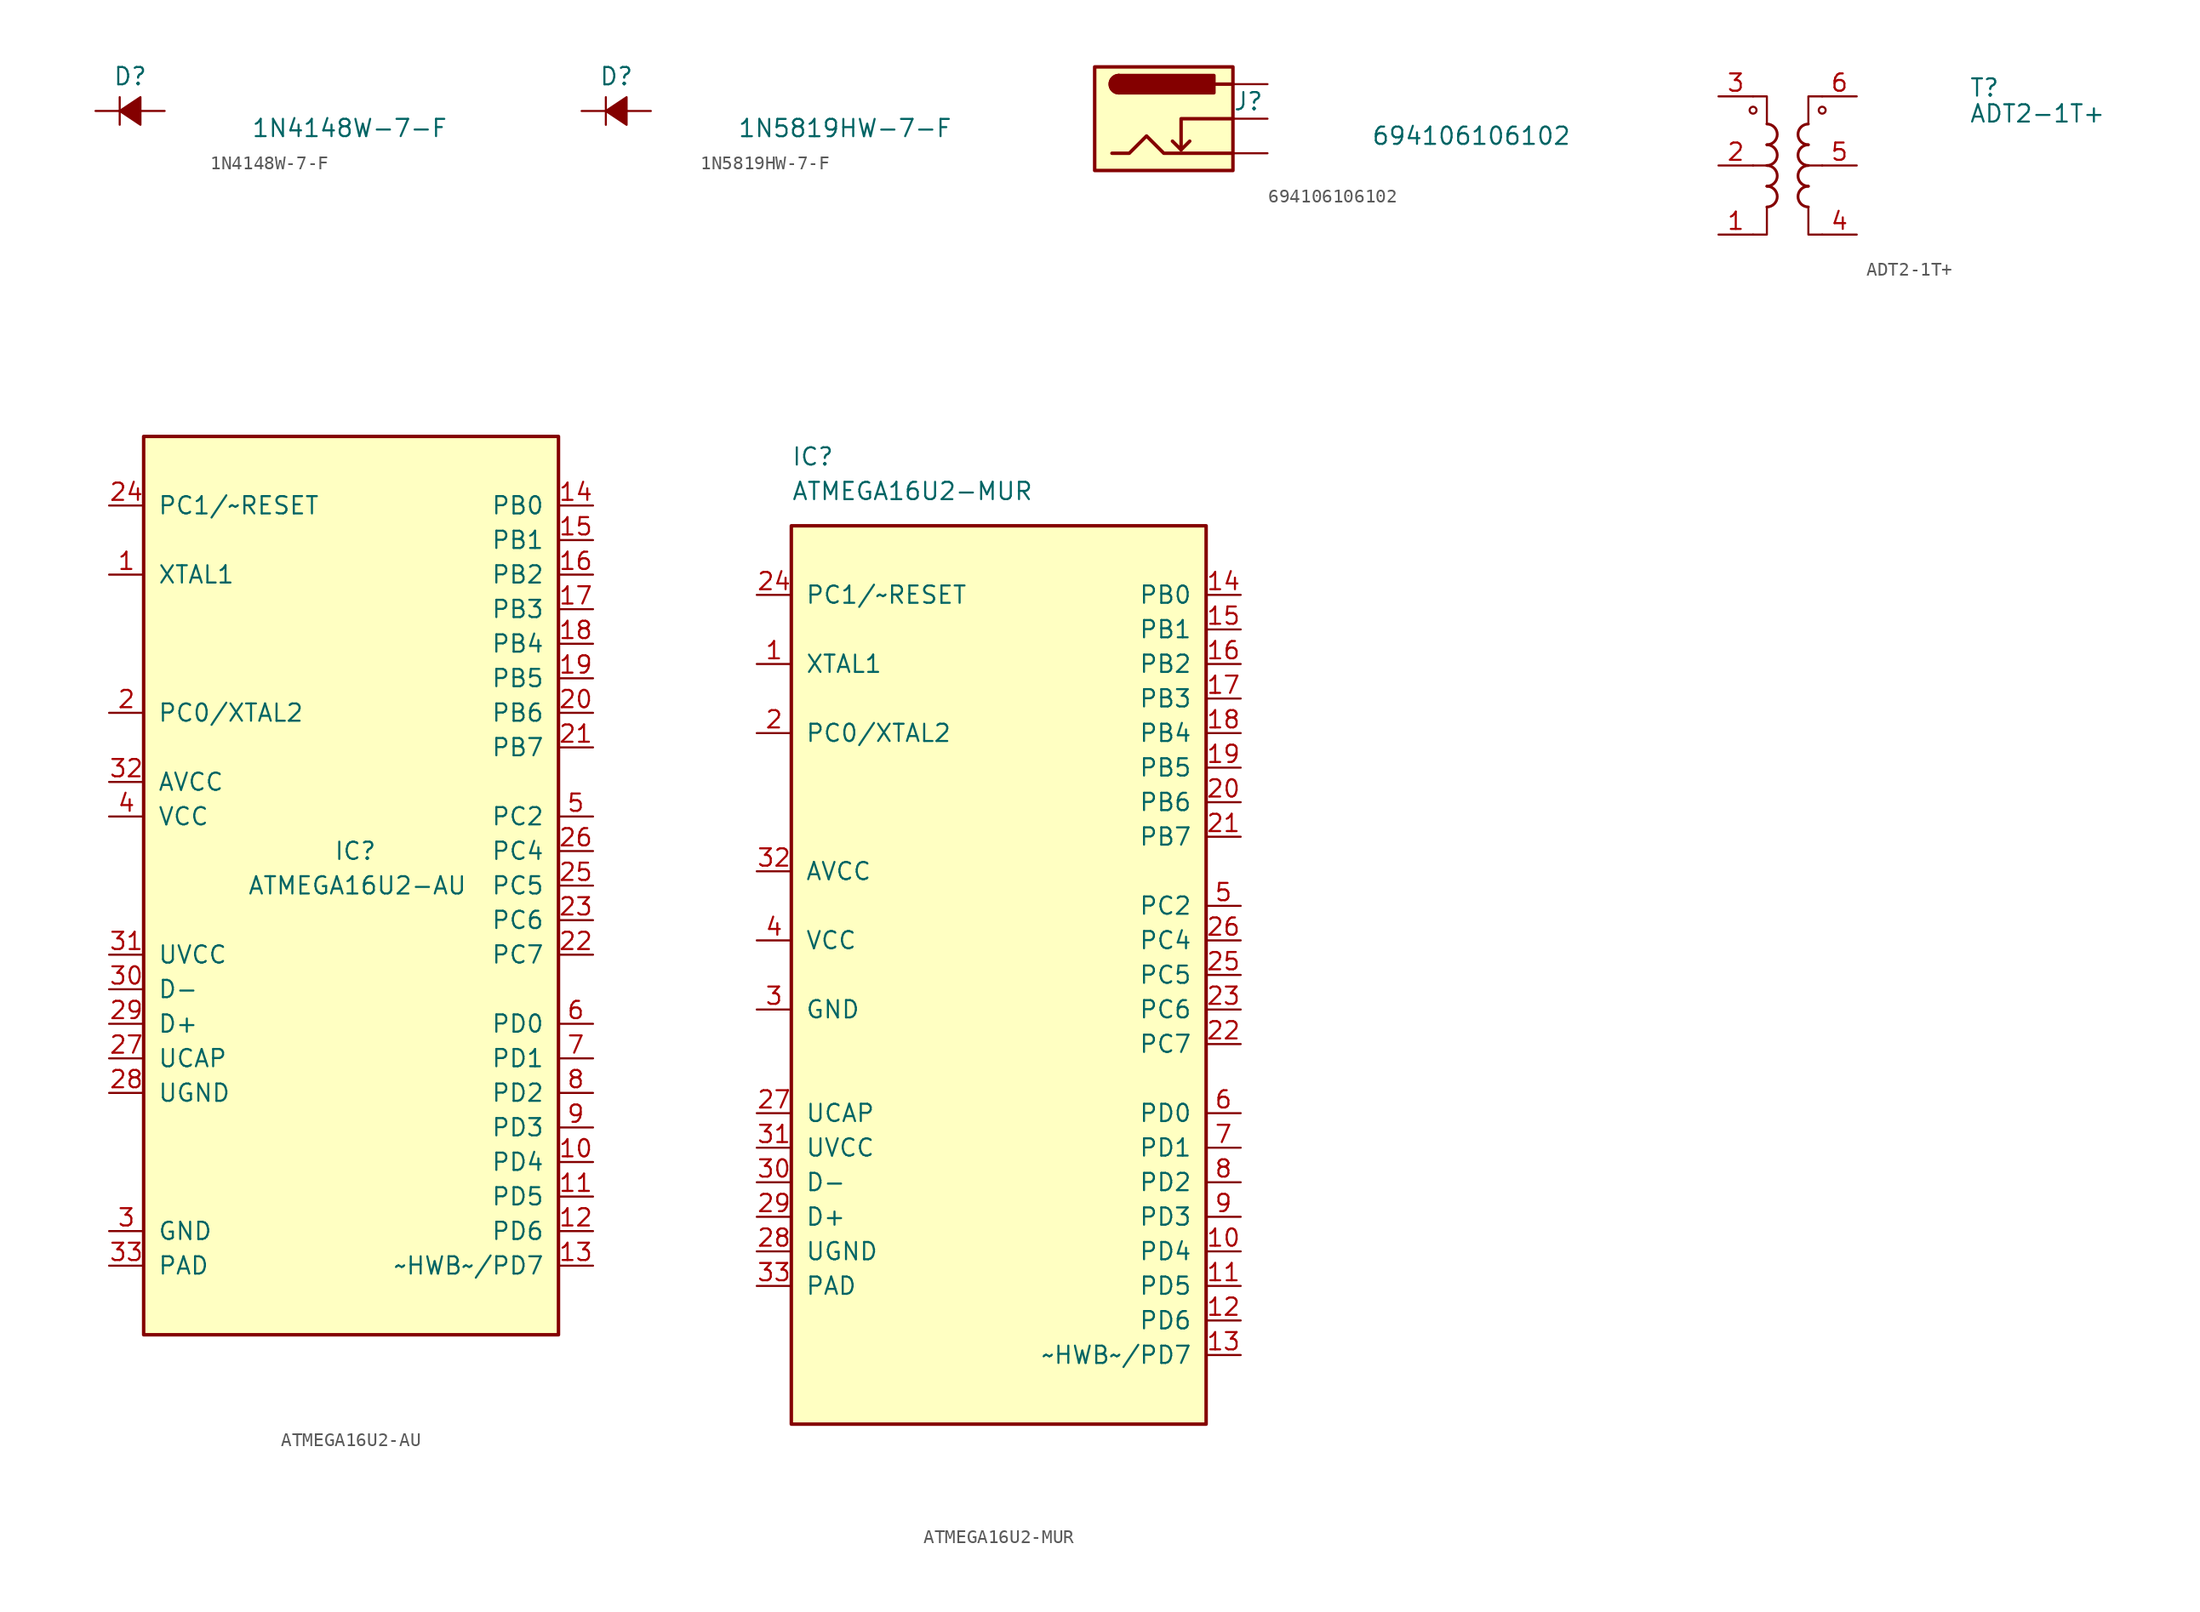
<source format=kicad_sym>
(kicad_symbol_lib
  (version 20210619)
  (generator kicad_symbol_editor)
  (symbol "1N4148W-7-F"
    (pin_numbers hide)
    (pin_names
      (offset 0.254) hide)
    (property "Reference" "D"
      (at -1.27 2.54 0)
      (effects (font (size 1.27 1.27)) (justify left)))
    (property "Value" "1N4148W-7-F"
      (at 8.89 -1.27 0)
      (effects (font (size 1.27 1.27)) (justify left)))
    (symbol "1N4148W-7-F_0_1"
      (polyline (pts (xy -0.762 -1.016) (xy -0.762 1.016)) (stroke (width 0)) (fill (type none)))
      (polyline (pts (xy -0.762 0) (xy 0.762 0)) (stroke (width 0)) (fill (type none)))
      (polyline (pts (xy 0.762 -1.016) (xy -0.762 0) (xy 0.762 1.016) (xy 0.762 -1.016)) (stroke (width 0)) (fill (type outline))))
    (symbol "1N4148W-7-F_1_1"
      (pin passive line (at -2.54 0 0) (length 1.778) (name "K" (effects (font (size 1.27 1.27)))) (number "1" (effects (font (size 1.27 1.27)))))
      (pin passive line (at 2.54 0 180) (length 1.778) (name "A" (effects (font (size 1.27 1.27)))) (number "2" (effects (font (size 1.27 1.27)))))))
  (symbol "1N5819HW-7-F"
    (pin_numbers hide)
    (pin_names
      (offset 0.254) hide)
    (property "Reference" "D"
      (at -1.27 2.54 0)
      (effects (font (size 1.27 1.27)) (justify left)))
    (property "Value" "1N5819HW-7-F"
      (at 8.89 -1.27 0)
      (effects (font (size 1.27 1.27)) (justify left)))
    (symbol "1N5819HW-7-F_0_1"
      (polyline (pts (xy -0.762 -1.016) (xy -0.762 1.016)) (stroke (width 0)) (fill (type none)))
      (polyline (pts (xy -0.762 0) (xy 0.762 0)) (stroke (width 0)) (fill (type none)))
      (polyline (pts (xy 0.762 -1.016) (xy -0.762 0) (xy 0.762 1.016) (xy 0.762 -1.016)) (stroke (width 0)) (fill (type outline))))
    (symbol "1N5819HW-7-F_1_1"
      (pin passive line (at -2.54 0 0) (length 1.778) (name "K" (effects (font (size 1.27 1.27)))) (number "1" (effects (font (size 1.27 1.27)))))
      (pin passive line (at 2.54 0 180) (length 1.778) (name "A" (effects (font (size 1.27 1.27)))) (number "2" (effects (font (size 1.27 1.27)))))))
  (symbol "694106106102"
    (pin_numbers hide)
    (pin_names
      (offset 1.016) hide)
    (property "Reference" "J"
      (at 5.08 1.27 0)
      (effects (font (size 1.27 1.27)) (justify left)))
    (property "Value" "694106106102"
      (at 15.24 -1.27 0)
      (effects (font (size 1.27 1.27)) (justify left)))
    (symbol "694106106102_1_1"
      (arc (start -3.302 3.175) (end -3.302 1.905) (radius (at -3.302 2.54) (length 0.635) (angles 90.1 -90.1)) (stroke (width 0.254)) (fill (type none)))
      (arc (start -3.302 3.175) (end -3.302 1.905) (radius (at -3.302 2.54) (length 0.635) (angles 90.1 -90.1)) (stroke (width 0.254)) (fill (type outline)))
      (rectangle (start 3.683 3.175) (end -3.302 1.905) (stroke (width 0.254)) (fill (type outline)))
      (rectangle (start -5.08 3.81) (end 5.08 -3.81) (stroke (width 0.254)) (fill (type background)))
      (polyline (pts (xy 1.27 -2.286) (xy 1.905 -1.651)) (stroke (width 0.254)) (fill (type none)))
      (polyline (pts (xy 5.08 2.54) (xy 3.81 2.54)) (stroke (width 0.254)) (fill (type none)))
      (polyline (pts (xy 5.08 0) (xy 1.27 0) (xy 1.27 -2.286) (xy 0.635 -1.651)) (stroke (width 0.254)) (fill (type none)))
      (polyline (pts (xy -3.81 -2.54) (xy -2.54 -2.54) (xy -1.27 -1.27) (xy 0 -2.54) (xy 2.54 -2.54) (xy 5.08 -2.54)) (stroke (width 0.254)) (fill (type none)))
      (pin passive line (at 7.62 2.54 180) (length 2.54) (name "~" (effects (font (size 1.27 1.27)))) (number "1" (effects (font (size 1.27 1.27)))))
      (pin passive line (at 7.62 -2.54 180) (length 2.54) (name "~" (effects (font (size 1.27 1.27)))) (number "2" (effects (font (size 1.27 1.27)))))
      (pin passive line (at 7.62 0 180) (length 2.54) (name "~" (effects (font (size 1.27 1.27)))) (number "3" (effects (font (size 1.27 1.27)))))))
  (symbol "ADT2-1T+"
    (pin_names
      (offset 1.016) hide)
    (property "Reference" "T"
      (at 13.335 5.715 0)
      (effects (font (size 1.27 1.27)) (justify left)))
    (property "Value" "ADT2-1T+"
      (at 13.335 3.81 0)
      (effects (font (size 1.27 1.27)) (justify left)))
    (symbol "ADT2-1T+_0_1"
      (circle (center -2.54 4.064) (radius 0.254) (stroke (width 0)) (fill (type none)))
      (circle (center 2.54 4.064) (radius 0.254) (stroke (width 0)) (fill (type none)))
      (polyline (pts (xy -2.54 0) (xy -1.27 0)) (stroke (width 0)) (fill (type none))))
    (symbol "ADT2-1T+_1_1"
      (arc (start -1.524 -3.048) (end -1.524 -1.524) (radius (at -1.524 -2.286) (length 0.762) (angles -89.9 89.9)) (stroke (width 0.2032)) (fill (type none)))
      (arc (start -1.524 -1.524) (end -1.524 0) (radius (at -1.524 -0.762) (length 0.762) (angles -89.9 89.9)) (stroke (width 0.2032)) (fill (type none)))
      (arc (start -1.524 0) (end -1.524 1.524) (radius (at -1.524 0.762) (length 0.762) (angles -89.9 89.9)) (stroke (width 0.2032)) (fill (type none)))
      (arc (start -1.524 1.524) (end -1.524 3.048) (radius (at -1.524 2.286) (length 0.762) (angles -89.9 89.9)) (stroke (width 0.2032)) (fill (type none)))
      (arc (start 1.524 -1.524) (end 1.524 -3.048) (radius (at 1.524 -2.286) (length 0.762) (angles 90.1 -90.1)) (stroke (width 0.2032)) (fill (type none)))
      (arc (start 1.524 0) (end 1.524 -1.524) (radius (at 1.524 -0.762) (length 0.762) (angles 90.1 -90.1)) (stroke (width 0.2032)) (fill (type none)))
      (arc (start 1.524 1.524) (end 1.524 0) (radius (at 1.524 0.762) (length 0.762) (angles 90.1 -90.1)) (stroke (width 0.2032)) (fill (type none)))
      (arc (start 1.524 3.048) (end 1.524 1.524) (radius (at 1.524 2.286) (length 0.762) (angles 90.1 -90.1)) (stroke (width 0.2032)) (fill (type none)))
      (polyline (pts (xy 2.54 0) (xy 1.27 0)) (stroke (width 0.152)) (fill (type none)))
      (polyline (pts (xy -2.54 5.08) (xy -1.524 5.08) (xy -1.524 3.048)) (stroke (width 0.152)) (fill (type none)))
      (polyline (pts (xy -1.524 -3.048) (xy -1.524 -5.08) (xy -2.54 -5.08)) (stroke (width 0.152)) (fill (type none)))
      (polyline (pts (xy 1.524 3.048) (xy 1.524 5.08) (xy 2.54 5.08)) (stroke (width 0.152)) (fill (type none)))
      (polyline (pts (xy 2.54 -5.08) (xy 1.524 -5.08) (xy 1.524 -3.048)) (stroke (width 0.152)) (fill (type none)))
      (pin passive line (at -5.08 -5.08 0) (length 2.54) (name "~" (effects (font (size 1.27 1.27)))) (number "1" (effects (font (size 1.27 1.27)))))
      (pin passive line (at -5.08 0 0) (length 2.54) (name "~" (effects (font (size 1.27 1.27)))) (number "2" (effects (font (size 1.27 1.27)))))
      (pin passive line (at -5.08 5.08 0) (length 2.54) (name "~" (effects (font (size 1.27 1.27)))) (number "3" (effects (font (size 1.27 1.27)))))
      (pin passive line (at 5.08 -5.08 180) (length 2.54) (name "~" (effects (font (size 1.27 1.27)))) (number "4" (effects (font (size 1.27 1.27)))))
      (pin passive line (at 5.08 0 180) (length 2.54) (name "~" (effects (font (size 1.27 1.27)))) (number "5" (effects (font (size 1.27 1.27)))))
      (pin passive line (at 5.08 5.08 180) (length 2.54) (name "~" (effects (font (size 1.27 1.27)))) (number "6" (effects (font (size 1.27 1.27)))))))
  (symbol "ATMEGA16U2-AU"
    (pin_names
      (offset 1.016))
    (property "Reference" "IC"
      (at -1.27 2.54 0)
      (effects (font (size 1.27 1.27)) (justify left)))
    (property "Value" "ATMEGA16U2-AU"
      (at -7.62 0 0)
      (effects (font (size 1.27 1.27)) (justify left)))
    (symbol "ATMEGA16U2-AU_1_1"
      (rectangle (start -15.24 -33.02) (end 15.24 33.02) (stroke (width 0.254)) (fill (type background)))
      (pin input line (at -17.78 22.86 0) (length 2.54) (name "XTAL1" (effects (font (size 1.27 1.27)))) (number "1" (effects (font (size 1.27 1.27)))))
      (pin bidirectional line (at 17.78 -20.32 180) (length 2.54) (name "PD4" (effects (font (size 1.27 1.27)))) (number "10" (effects (font (size 1.27 1.27)))))
      (pin bidirectional line (at 17.78 -22.86 180) (length 2.54) (name "PD5" (effects (font (size 1.27 1.27)))) (number "11" (effects (font (size 1.27 1.27)))))
      (pin bidirectional line (at 17.78 -25.4 180) (length 2.54) (name "PD6" (effects (font (size 1.27 1.27)))) (number "12" (effects (font (size 1.27 1.27)))))
      (pin bidirectional line (at 17.78 -27.94 180) (length 2.54) (name "~HWB~/PD7" (effects (font (size 1.27 1.27)))) (number "13" (effects (font (size 1.27 1.27)))))
      (pin bidirectional line (at 17.78 27.94 180) (length 2.54) (name "PB0" (effects (font (size 1.27 1.27)))) (number "14" (effects (font (size 1.27 1.27)))))
      (pin bidirectional line (at 17.78 25.4 180) (length 2.54) (name "PB1" (effects (font (size 1.27 1.27)))) (number "15" (effects (font (size 1.27 1.27)))))
      (pin bidirectional line (at 17.78 22.86 180) (length 2.54) (name "PB2" (effects (font (size 1.27 1.27)))) (number "16" (effects (font (size 1.27 1.27)))))
      (pin bidirectional line (at 17.78 20.32 180) (length 2.54) (name "PB3" (effects (font (size 1.27 1.27)))) (number "17" (effects (font (size 1.27 1.27)))))
      (pin bidirectional line (at 17.78 17.78 180) (length 2.54) (name "PB4" (effects (font (size 1.27 1.27)))) (number "18" (effects (font (size 1.27 1.27)))))
      (pin bidirectional line (at 17.78 15.24 180) (length 2.54) (name "PB5" (effects (font (size 1.27 1.27)))) (number "19" (effects (font (size 1.27 1.27)))))
      (pin bidirectional line (at -17.78 12.7 0) (length 2.54) (name "PC0/XTAL2" (effects (font (size 1.27 1.27)))) (number "2" (effects (font (size 1.27 1.27)))))
      (pin bidirectional line (at 17.78 12.7 180) (length 2.54) (name "PB6" (effects (font (size 1.27 1.27)))) (number "20" (effects (font (size 1.27 1.27)))))
      (pin bidirectional line (at 17.78 10.16 180) (length 2.54) (name "PB7" (effects (font (size 1.27 1.27)))) (number "21" (effects (font (size 1.27 1.27)))))
      (pin bidirectional line (at 17.78 -5.08 180) (length 2.54) (name "PC7" (effects (font (size 1.27 1.27)))) (number "22" (effects (font (size 1.27 1.27)))))
      (pin bidirectional line (at 17.78 -2.54 180) (length 2.54) (name "PC6" (effects (font (size 1.27 1.27)))) (number "23" (effects (font (size 1.27 1.27)))))
      (pin bidirectional line (at -17.78 27.94 0) (length 2.54) (name "PC1/~RESET" (effects (font (size 1.27 1.27)))) (number "24" (effects (font (size 1.27 1.27)))))
      (pin bidirectional line (at 17.78 0 180) (length 2.54) (name "PC5" (effects (font (size 1.27 1.27)))) (number "25" (effects (font (size 1.27 1.27)))))
      (pin bidirectional line (at 17.78 2.54 180) (length 2.54) (name "PC4" (effects (font (size 1.27 1.27)))) (number "26" (effects (font (size 1.27 1.27)))))
      (pin passive line (at -17.78 -12.7 0) (length 2.54) (name "UCAP" (effects (font (size 1.27 1.27)))) (number "27" (effects (font (size 1.27 1.27)))))
      (pin power_in line (at -17.78 -15.24 0) (length 2.54) (name "UGND" (effects (font (size 1.27 1.27)))) (number "28" (effects (font (size 1.27 1.27)))))
      (pin bidirectional line (at -17.78 -10.16 0) (length 2.54) (name "D+" (effects (font (size 1.27 1.27)))) (number "29" (effects (font (size 1.27 1.27)))))
      (pin power_in line (at -17.78 -25.4 0) (length 2.54) (name "GND" (effects (font (size 1.27 1.27)))) (number "3" (effects (font (size 1.27 1.27)))))
      (pin bidirectional line (at -17.78 -7.62 0) (length 2.54) (name "D-" (effects (font (size 1.27 1.27)))) (number "30" (effects (font (size 1.27 1.27)))))
      (pin power_in line (at -17.78 -5.08 0) (length 2.54) (name "UVCC" (effects (font (size 1.27 1.27)))) (number "31" (effects (font (size 1.27 1.27)))))
      (pin power_in line (at -17.78 7.62 0) (length 2.54) (name "AVCC" (effects (font (size 1.27 1.27)))) (number "32" (effects (font (size 1.27 1.27)))))
      (pin power_in line (at -17.78 -27.94 0) (length 2.54) (name "PAD" (effects (font (size 1.27 1.27)))) (number "33" (effects (font (size 1.27 1.27)))))
      (pin power_in line (at -17.78 5.08 0) (length 2.54) (name "VCC" (effects (font (size 1.27 1.27)))) (number "4" (effects (font (size 1.27 1.27)))))
      (pin bidirectional line (at 17.78 5.08 180) (length 2.54) (name "PC2" (effects (font (size 1.27 1.27)))) (number "5" (effects (font (size 1.27 1.27)))))
      (pin bidirectional line (at 17.78 -10.16 180) (length 2.54) (name "PD0" (effects (font (size 1.27 1.27)))) (number "6" (effects (font (size 1.27 1.27)))))
      (pin bidirectional line (at 17.78 -12.7 180) (length 2.54) (name "PD1" (effects (font (size 1.27 1.27)))) (number "7" (effects (font (size 1.27 1.27)))))
      (pin bidirectional line (at 17.78 -15.24 180) (length 2.54) (name "PD2" (effects (font (size 1.27 1.27)))) (number "8" (effects (font (size 1.27 1.27)))))
      (pin bidirectional line (at 17.78 -17.78 180) (length 2.54) (name "PD3" (effects (font (size 1.27 1.27)))) (number "9" (effects (font (size 1.27 1.27)))))))
  (symbol "ATMEGA16U2-MUR"
    (pin_names
      (offset 1.016))
    (property "Reference" "IC"
      (at -15.24 38.1 0)
      (effects (font (size 1.27 1.27)) (justify left)))
    (property "Value" "ATMEGA16U2-MUR"
      (at -15.24 35.56 0)
      (effects (font (size 1.27 1.27)) (justify left)))
    (symbol "ATMEGA16U2-MUR_1_1"
      (rectangle (start -15.24 -33.02) (end 15.24 33.02) (stroke (width 0.254)) (fill (type background)))
      (pin input line (at -17.78 22.86 0) (length 2.54) (name "XTAL1" (effects (font (size 1.27 1.27)))) (number "1" (effects (font (size 1.27 1.27)))))
      (pin bidirectional line (at 17.78 -20.32 180) (length 2.54) (name "PD4" (effects (font (size 1.27 1.27)))) (number "10" (effects (font (size 1.27 1.27)))))
      (pin bidirectional line (at 17.78 -22.86 180) (length 2.54) (name "PD5" (effects (font (size 1.27 1.27)))) (number "11" (effects (font (size 1.27 1.27)))))
      (pin bidirectional line (at 17.78 -25.4 180) (length 2.54) (name "PD6" (effects (font (size 1.27 1.27)))) (number "12" (effects (font (size 1.27 1.27)))))
      (pin bidirectional line (at 17.78 -27.94 180) (length 2.54) (name "~HWB~/PD7" (effects (font (size 1.27 1.27)))) (number "13" (effects (font (size 1.27 1.27)))))
      (pin bidirectional line (at 17.78 27.94 180) (length 2.54) (name "PB0" (effects (font (size 1.27 1.27)))) (number "14" (effects (font (size 1.27 1.27)))))
      (pin bidirectional line (at 17.78 25.4 180) (length 2.54) (name "PB1" (effects (font (size 1.27 1.27)))) (number "15" (effects (font (size 1.27 1.27)))))
      (pin bidirectional line (at 17.78 22.86 180) (length 2.54) (name "PB2" (effects (font (size 1.27 1.27)))) (number "16" (effects (font (size 1.27 1.27)))))
      (pin bidirectional line (at 17.78 20.32 180) (length 2.54) (name "PB3" (effects (font (size 1.27 1.27)))) (number "17" (effects (font (size 1.27 1.27)))))
      (pin bidirectional line (at 17.78 17.78 180) (length 2.54) (name "PB4" (effects (font (size 1.27 1.27)))) (number "18" (effects (font (size 1.27 1.27)))))
      (pin bidirectional line (at 17.78 15.24 180) (length 2.54) (name "PB5" (effects (font (size 1.27 1.27)))) (number "19" (effects (font (size 1.27 1.27)))))
      (pin bidirectional line (at -17.78 17.78 0) (length 2.54) (name "PC0/XTAL2" (effects (font (size 1.27 1.27)))) (number "2" (effects (font (size 1.27 1.27)))))
      (pin bidirectional line (at 17.78 12.7 180) (length 2.54) (name "PB6" (effects (font (size 1.27 1.27)))) (number "20" (effects (font (size 1.27 1.27)))))
      (pin bidirectional line (at 17.78 10.16 180) (length 2.54) (name "PB7" (effects (font (size 1.27 1.27)))) (number "21" (effects (font (size 1.27 1.27)))))
      (pin bidirectional line (at 17.78 -5.08 180) (length 2.54) (name "PC7" (effects (font (size 1.27 1.27)))) (number "22" (effects (font (size 1.27 1.27)))))
      (pin bidirectional line (at 17.78 -2.54 180) (length 2.54) (name "PC6" (effects (font (size 1.27 1.27)))) (number "23" (effects (font (size 1.27 1.27)))))
      (pin bidirectional line (at -17.78 27.94 0) (length 2.54) (name "PC1/~RESET" (effects (font (size 1.27 1.27)))) (number "24" (effects (font (size 1.27 1.27)))))
      (pin bidirectional line (at 17.78 0 180) (length 2.54) (name "PC5" (effects (font (size 1.27 1.27)))) (number "25" (effects (font (size 1.27 1.27)))))
      (pin bidirectional line (at 17.78 2.54 180) (length 2.54) (name "PC4" (effects (font (size 1.27 1.27)))) (number "26" (effects (font (size 1.27 1.27)))))
      (pin passive line (at -17.78 -10.16 0) (length 2.54) (name "UCAP" (effects (font (size 1.27 1.27)))) (number "27" (effects (font (size 1.27 1.27)))))
      (pin power_in line (at -17.78 -20.32 0) (length 2.54) (name "UGND" (effects (font (size 1.27 1.27)))) (number "28" (effects (font (size 1.27 1.27)))))
      (pin bidirectional line (at -17.78 -17.78 0) (length 2.54) (name "D+" (effects (font (size 1.27 1.27)))) (number "29" (effects (font (size 1.27 1.27)))))
      (pin power_in line (at -17.78 -2.54 0) (length 2.54) (name "GND" (effects (font (size 1.27 1.27)))) (number "3" (effects (font (size 1.27 1.27)))))
      (pin bidirectional line (at -17.78 -15.24 0) (length 2.54) (name "D-" (effects (font (size 1.27 1.27)))) (number "30" (effects (font (size 1.27 1.27)))))
      (pin power_in line (at -17.78 -12.7 0) (length 2.54) (name "UVCC" (effects (font (size 1.27 1.27)))) (number "31" (effects (font (size 1.27 1.27)))))
      (pin power_in line (at -17.78 7.62 0) (length 2.54) (name "AVCC" (effects (font (size 1.27 1.27)))) (number "32" (effects (font (size 1.27 1.27)))))
      (pin passive line (at -17.78 -22.86 0) (length 2.54) (name "PAD" (effects (font (size 1.27 1.27)))) (number "33" (effects (font (size 1.27 1.27)))))
      (pin power_in line (at -17.78 2.54 0) (length 2.54) (name "VCC" (effects (font (size 1.27 1.27)))) (number "4" (effects (font (size 1.27 1.27)))))
      (pin bidirectional line (at 17.78 5.08 180) (length 2.54) (name "PC2" (effects (font (size 1.27 1.27)))) (number "5" (effects (font (size 1.27 1.27)))))
      (pin bidirectional line (at 17.78 -10.16 180) (length 2.54) (name "PD0" (effects (font (size 1.27 1.27)))) (number "6" (effects (font (size 1.27 1.27)))))
      (pin bidirectional line (at 17.78 -12.7 180) (length 2.54) (name "PD1" (effects (font (size 1.27 1.27)))) (number "7" (effects (font (size 1.27 1.27)))))
      (pin bidirectional line (at 17.78 -15.24 180) (length 2.54) (name "PD2" (effects (font (size 1.27 1.27)))) (number "8" (effects (font (size 1.27 1.27)))))
      (pin bidirectional line (at 17.78 -17.78 180) (length 2.54) (name "PD3" (effects (font (size 1.27 1.27)))) (number "9" (effects (font (size 1.27 1.27))))))))
</source>
